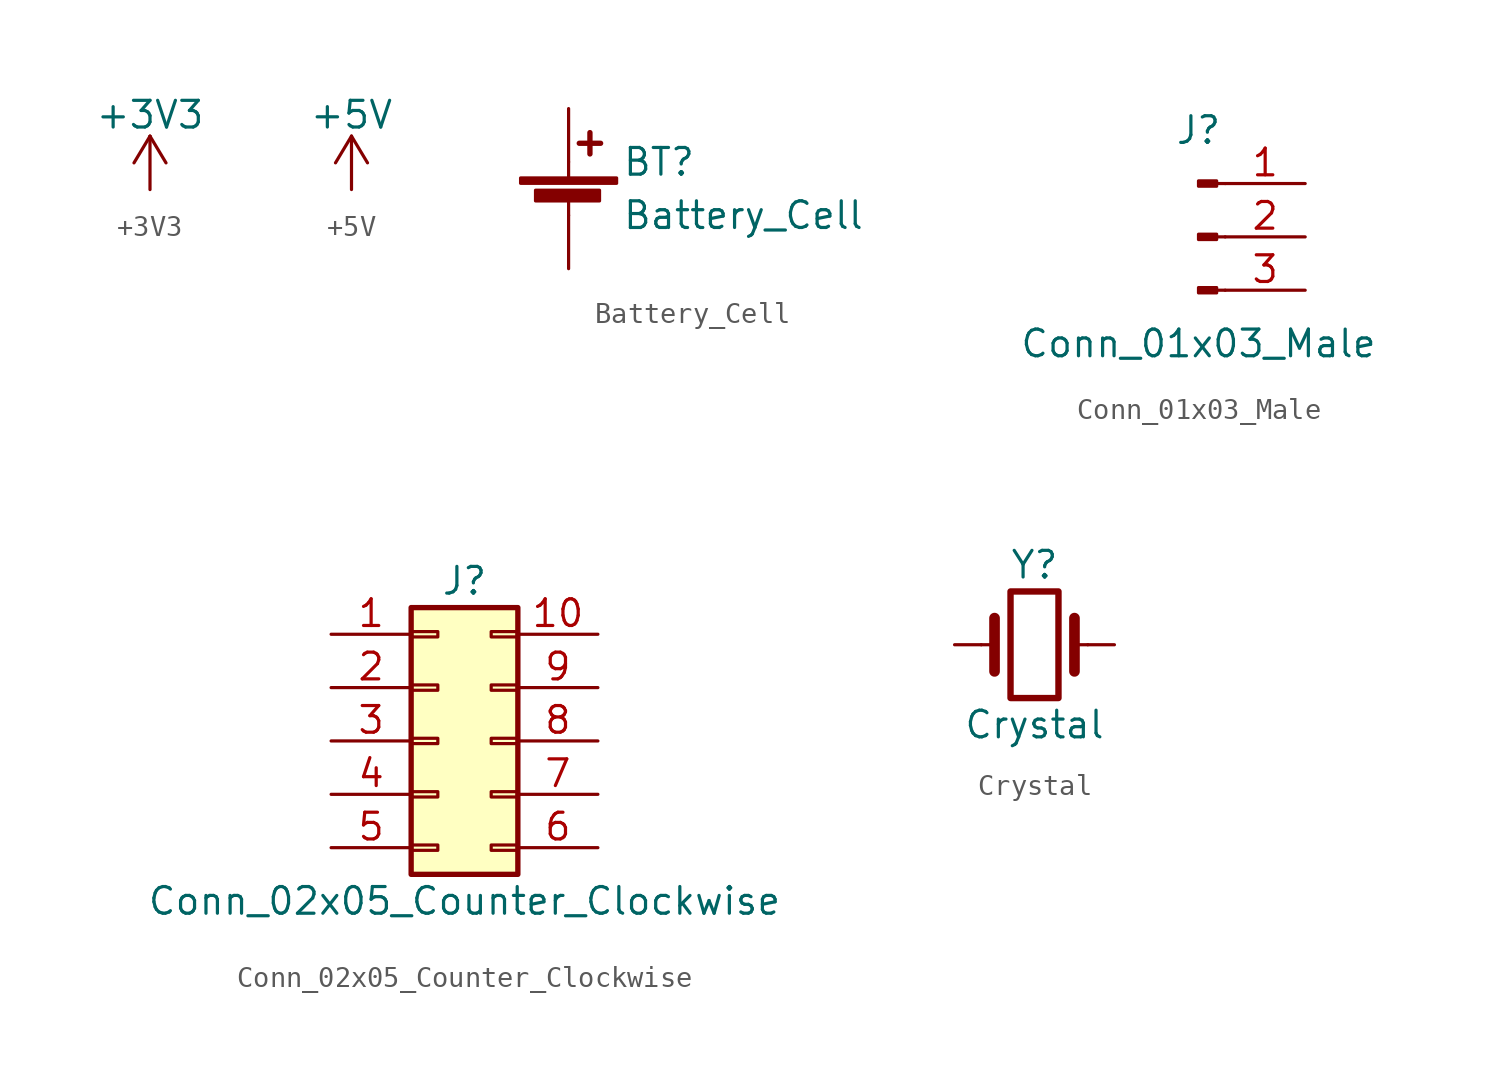
<source format=kicad_sym>
(kicad_symbol_lib
  (version 20231120)
  (generator "kicad_symbol_editor")
  (generator_version "8.0")
  (symbol "+3V3"
    (power)
    (pin_names
      (offset 0))
    (property "Reference" "#PWR"
      (at 0 -3.81 0)
      (effects (font (size 1.27 1.27)) (hide yes)))
    (property "Value" "+3V3"
      (at 0 3.556 0)
      (effects (font (size 1.27 1.27))))
    (symbol "+3V3_0_1"
      (polyline (pts (xy -0.762 1.27) (xy 0 2.54)) (stroke (width 0) (type default)) (fill (type none)))
      (polyline (pts (xy 0 0) (xy 0 2.54)) (stroke (width 0) (type default)) (fill (type none)))
      (polyline (pts (xy 0 2.54) (xy 0.762 1.27)) (stroke (width 0) (type default)) (fill (type none))))
    (symbol "+3V3_1_1"
      (pin power_in line (at 0 0 90) (length 0) hide (name "+3V3" (effects (font (size 1.27 1.27)))) (number "1" (effects (font (size 1.27 1.27)))))))
  (symbol "+5V"
    (power)
    (pin_names
      (offset 0))
    (property "Reference" "#PWR"
      (at 0 -3.81 0)
      (effects (font (size 1.27 1.27)) (hide yes)))
    (property "Value" "+5V"
      (at 0 3.556 0)
      (effects (font (size 1.27 1.27))))
    (symbol "+5V_0_1"
      (polyline (pts (xy -0.762 1.27) (xy 0 2.54)) (stroke (width 0) (type default)) (fill (type none)))
      (polyline (pts (xy 0 0) (xy 0 2.54)) (stroke (width 0) (type default)) (fill (type none)))
      (polyline (pts (xy 0 2.54) (xy 0.762 1.27)) (stroke (width 0) (type default)) (fill (type none))))
    (symbol "+5V_1_1"
      (pin power_in line (at 0 0 90) (length 0) hide (name "+5V" (effects (font (size 1.27 1.27)))) (number "1" (effects (font (size 1.27 1.27)))))))
  (symbol "Battery_Cell"
    (pin_numbers hide)
    (pin_names
      (offset 0) hide)
    (property "Reference" "BT"
      (at 2.54 2.54 0)
      (effects (font (size 1.27 1.27)) (justify left)))
    (property "Value" "Battery_Cell"
      (at 2.54 0 0)
      (effects (font (size 1.27 1.27)) (justify left)))
    (symbol "Battery_Cell_0_1"
      (rectangle (start -2.286 1.778) (end 2.286 1.524) (stroke (width 0) (type default)) (fill (type outline)))
      (rectangle (start -1.575 1.194) (end 1.473 0.686) (stroke (width 0) (type default)) (fill (type outline)))
      (polyline (pts (xy 0 0.762) (xy 0 0)) (stroke (width 0) (type default)) (fill (type none)))
      (polyline (pts (xy 0 1.778) (xy 0 2.54)) (stroke (width 0) (type default)) (fill (type none)))
      (polyline (pts (xy 0.508 3.429) (xy 1.524 3.429)) (stroke (width 0.254) (type default)) (fill (type none)))
      (polyline (pts (xy 1.016 3.937) (xy 1.016 2.921)) (stroke (width 0.254) (type default)) (fill (type none))))
    (symbol "Battery_Cell_1_1"
      (pin passive line (at 0 5.08 270) (length 2.54) (name "+" (effects (font (size 1.27 1.27)))) (number "1" (effects (font (size 1.27 1.27)))))
      (pin passive line (at 0 -2.54 90) (length 2.54) (name "-" (effects (font (size 1.27 1.27)))) (number "2" (effects (font (size 1.27 1.27)))))))
  (symbol "Conn_01x03_Male"
    (pin_names
      (offset 1.016) hide)
    (property "Reference" "J"
      (at 0 5.08 0)
      (effects (font (size 1.27 1.27))))
    (property "Value" "Conn_01x03_Male"
      (at 0 -5.08 0)
      (effects (font (size 1.27 1.27))))
    (symbol "Conn_01x03_Male_1_1"
      (polyline (pts (xy 1.27 -2.54) (xy 0.864 -2.54)) (stroke (width 0.152) (type default)) (fill (type none)))
      (polyline (pts (xy 1.27 0) (xy 0.864 0)) (stroke (width 0.152) (type default)) (fill (type none)))
      (polyline (pts (xy 1.27 2.54) (xy 0.864 2.54)) (stroke (width 0.152) (type default)) (fill (type none)))
      (rectangle (start 0.864 -2.413) (end 0 -2.667) (stroke (width 0.152) (type default)) (fill (type outline)))
      (rectangle (start 0.864 0.127) (end 0 -0.127) (stroke (width 0.152) (type default)) (fill (type outline)))
      (rectangle (start 0.864 2.667) (end 0 2.413) (stroke (width 0.152) (type default)) (fill (type outline)))
      (pin passive line (at 5.08 2.54 180) (length 3.81) (name "Pin_1" (effects (font (size 1.27 1.27)))) (number "1" (effects (font (size 1.27 1.27)))))
      (pin passive line (at 5.08 0 180) (length 3.81) (name "Pin_2" (effects (font (size 1.27 1.27)))) (number "2" (effects (font (size 1.27 1.27)))))
      (pin passive line (at 5.08 -2.54 180) (length 3.81) (name "Pin_3" (effects (font (size 1.27 1.27)))) (number "3" (effects (font (size 1.27 1.27)))))))
  (symbol "Conn_02x05_Counter_Clockwise"
    (pin_names
      (offset 1.016) hide)
    (property "Reference" "J"
      (at 1.27 7.62 0)
      (effects (font (size 1.27 1.27))))
    (property "Value" "Conn_02x05_Counter_Clockwise"
      (at 1.27 -7.62 0)
      (effects (font (size 1.27 1.27))))
    (symbol "Conn_02x05_Counter_Clockwise_1_1"
      (rectangle (start -1.27 -4.953) (end 0 -5.207) (stroke (width 0.152) (type default)) (fill (type none)))
      (rectangle (start -1.27 -2.413) (end 0 -2.667) (stroke (width 0.152) (type default)) (fill (type none)))
      (rectangle (start -1.27 0.127) (end 0 -0.127) (stroke (width 0.152) (type default)) (fill (type none)))
      (rectangle (start -1.27 2.667) (end 0 2.413) (stroke (width 0.152) (type default)) (fill (type none)))
      (rectangle (start -1.27 5.207) (end 0 4.953) (stroke (width 0.152) (type default)) (fill (type none)))
      (rectangle (start -1.27 6.35) (end 3.81 -6.35) (stroke (width 0.254) (type default)) (fill (type background)))
      (rectangle (start 3.81 -4.953) (end 2.54 -5.207) (stroke (width 0.152) (type default)) (fill (type none)))
      (rectangle (start 3.81 -2.413) (end 2.54 -2.667) (stroke (width 0.152) (type default)) (fill (type none)))
      (rectangle (start 3.81 0.127) (end 2.54 -0.127) (stroke (width 0.152) (type default)) (fill (type none)))
      (rectangle (start 3.81 2.667) (end 2.54 2.413) (stroke (width 0.152) (type default)) (fill (type none)))
      (rectangle (start 3.81 5.207) (end 2.54 4.953) (stroke (width 0.152) (type default)) (fill (type none)))
      (pin passive line (at -5.08 5.08 0) (length 3.81) (name "Pin_1" (effects (font (size 1.27 1.27)))) (number "1" (effects (font (size 1.27 1.27)))))
      (pin passive line (at 7.62 5.08 180) (length 3.81) (name "Pin_10" (effects (font (size 1.27 1.27)))) (number "10" (effects (font (size 1.27 1.27)))))
      (pin passive line (at -5.08 2.54 0) (length 3.81) (name "Pin_2" (effects (font (size 1.27 1.27)))) (number "2" (effects (font (size 1.27 1.27)))))
      (pin passive line (at -5.08 0 0) (length 3.81) (name "Pin_3" (effects (font (size 1.27 1.27)))) (number "3" (effects (font (size 1.27 1.27)))))
      (pin passive line (at -5.08 -2.54 0) (length 3.81) (name "Pin_4" (effects (font (size 1.27 1.27)))) (number "4" (effects (font (size 1.27 1.27)))))
      (pin passive line (at -5.08 -5.08 0) (length 3.81) (name "Pin_5" (effects (font (size 1.27 1.27)))) (number "5" (effects (font (size 1.27 1.27)))))
      (pin passive line (at 7.62 -5.08 180) (length 3.81) (name "Pin_6" (effects (font (size 1.27 1.27)))) (number "6" (effects (font (size 1.27 1.27)))))
      (pin passive line (at 7.62 -2.54 180) (length 3.81) (name "Pin_7" (effects (font (size 1.27 1.27)))) (number "7" (effects (font (size 1.27 1.27)))))
      (pin passive line (at 7.62 0 180) (length 3.81) (name "Pin_8" (effects (font (size 1.27 1.27)))) (number "8" (effects (font (size 1.27 1.27)))))
      (pin passive line (at 7.62 2.54 180) (length 3.81) (name "Pin_9" (effects (font (size 1.27 1.27)))) (number "9" (effects (font (size 1.27 1.27)))))))
  (symbol "Crystal"
    (pin_numbers hide)
    (pin_names
      (offset 1.016) hide)
    (property "Reference" "Y"
      (at 0 3.81 0)
      (effects (font (size 1.27 1.27))))
    (property "Value" "Crystal"
      (at 0 -3.81 0)
      (effects (font (size 1.27 1.27))))
    (symbol "Crystal_0_1"
      (rectangle (start -1.143 2.54) (end 1.143 -2.54) (stroke (width 0.305) (type default)) (fill (type none)))
      (polyline (pts (xy -2.54 0) (xy -1.905 0)) (stroke (width 0) (type default)) (fill (type none)))
      (polyline (pts (xy -1.905 -1.27) (xy -1.905 1.27)) (stroke (width 0.508) (type default)) (fill (type none)))
      (polyline (pts (xy 1.905 -1.27) (xy 1.905 1.27)) (stroke (width 0.508) (type default)) (fill (type none)))
      (polyline (pts (xy 2.54 0) (xy 1.905 0)) (stroke (width 0) (type default)) (fill (type none))))
    (symbol "Crystal_1_1"
      (pin passive line (at -3.81 0 0) (length 1.27) (name "1" (effects (font (size 1.27 1.27)))) (number "1" (effects (font (size 1.27 1.27)))))
      (pin passive line (at 3.81 0 180) (length 1.27) (name "2" (effects (font (size 1.27 1.27)))) (number "2" (effects (font (size 1.27 1.27))))))))
</source>
